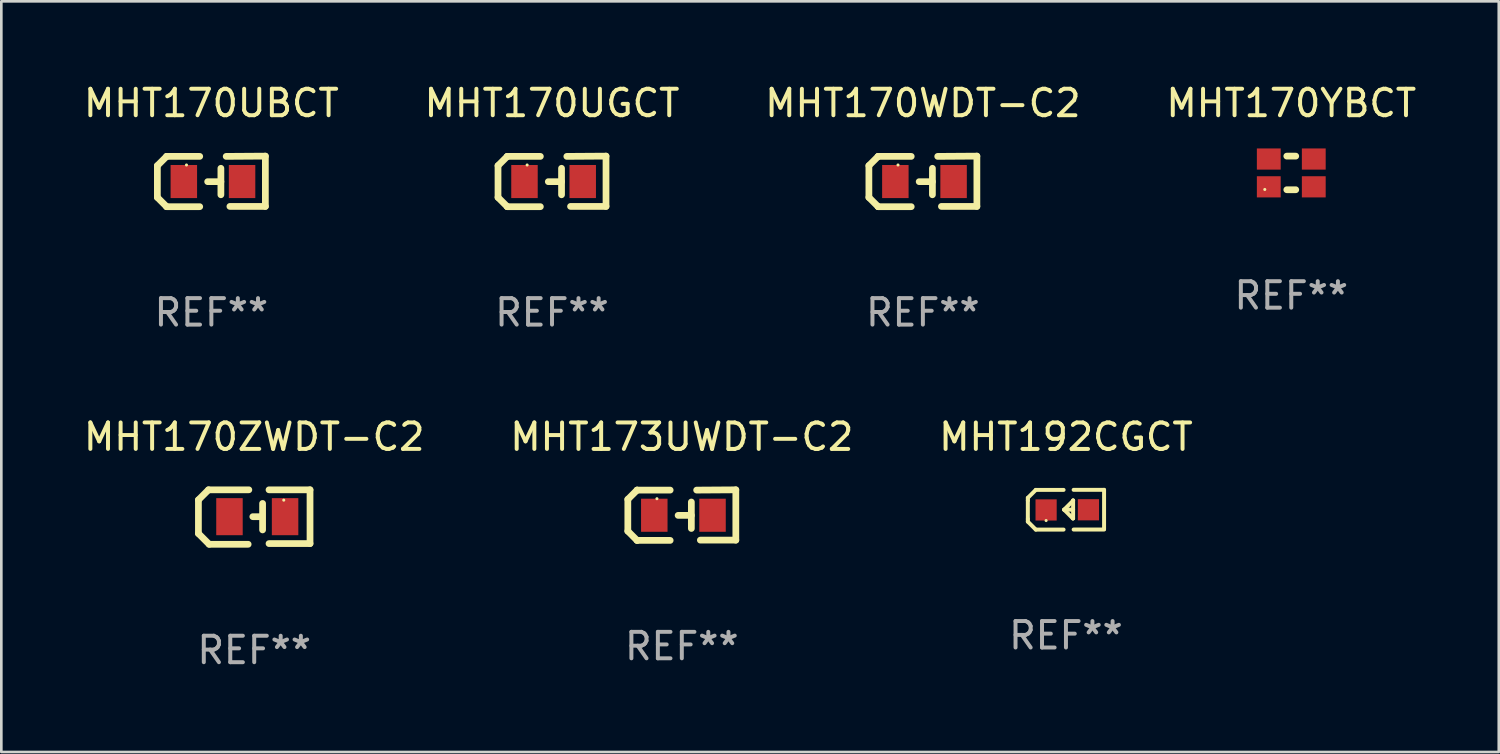
<source format=kicad_pcb>
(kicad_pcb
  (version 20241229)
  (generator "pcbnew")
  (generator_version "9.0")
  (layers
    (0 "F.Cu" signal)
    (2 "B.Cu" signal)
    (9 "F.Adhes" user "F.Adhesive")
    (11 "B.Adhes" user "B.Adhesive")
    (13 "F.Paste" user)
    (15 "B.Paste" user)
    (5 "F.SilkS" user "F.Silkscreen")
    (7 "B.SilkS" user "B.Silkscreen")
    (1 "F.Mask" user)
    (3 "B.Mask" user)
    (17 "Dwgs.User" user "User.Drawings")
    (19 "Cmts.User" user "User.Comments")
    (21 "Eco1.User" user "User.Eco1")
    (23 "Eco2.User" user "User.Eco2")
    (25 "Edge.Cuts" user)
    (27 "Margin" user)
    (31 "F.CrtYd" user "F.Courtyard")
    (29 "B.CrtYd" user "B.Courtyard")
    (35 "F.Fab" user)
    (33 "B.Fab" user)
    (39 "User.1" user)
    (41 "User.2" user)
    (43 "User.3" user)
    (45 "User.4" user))
  (footprint "MHT170UBCT"
    (layer "F.Cu")
    (at 4.935 3.803)
    (property "Reference" "MHT170UBCT" (at 0 -2.955 0) (layer "F.SilkS") (effects (font (size 1 1) (thickness 0.15))))
    (attr through_hole)
    (fp_line (start -2.04 -0.595) (end -2.04 0.605) (stroke (width 0.254) (type solid)) (layer "F.SilkS"))
    (fp_line (start -1.69 -0.945) (end -1.69 -0.945) (stroke (width 0.254) (type solid)) (layer "F.SilkS"))
    (fp_line (start -1.69 -0.945) (end -2.04 -0.595) (stroke (width 0.254) (type solid)) (layer "F.SilkS"))
    (fp_line (start -1.69 0.955) (end -2.04 0.605) (stroke (width 0.254) (type solid)) (layer "F.SilkS"))
    (fp_line (start -1.69 0.955) (end -1.69 0.955) (stroke (width 0.254) (type solid)) (layer "F.SilkS"))
    (fp_line (start -0.44 -0.945) (end -1.69 -0.945) (stroke (width 0.254) (type solid)) (layer "F.SilkS"))
    (fp_line (start -0.44 0.955) (end -1.69 0.955) (stroke (width 0.254) (type solid)) (layer "F.SilkS"))
    (fp_line (start 0.36 -0.495) (end 0.36 0.505) (stroke (width 0.254) (type solid)) (layer "F.SilkS"))
    (fp_line (start 0.36 0.01) (end -0.14 0.01) (stroke (width 0.254) (type solid)) (layer "F.SilkS"))
    (fp_line (start 0.56 -0.945) (end 2.04 -0.955) (stroke (width 0.254) (type solid)) (layer "F.SilkS"))
    (fp_line (start 0.7 0.945) (end 2.04 0.945) (stroke (width 0.254) (type solid)) (layer "F.SilkS"))
    (fp_line (start 2.04 -0.955) (end 2.04 0.945) (stroke (width 0.254) (type solid)) (layer "F.SilkS"))
    (fp_circle (center -0.94 -0.62) (end -0.91 -0.62) (stroke (width 0.06) (type solid)) (fill no) (layer "F.SilkS"))
    (fp_text user "REF**" (at 0 4.955 0) (layer "F.Fab") (effects (font (size 1 1) (thickness 0.15))))
    (pad "1" smd rect (at -1.04 0.005 180) (size 1 1.25) (layers "F.Cu" "F.Mask" "F.Paste"))
    (pad "2" smd rect (at 1.16 0.005 180) (size 1 1.25) (layers "F.Cu" "F.Mask" "F.Paste")))
  (footprint "MHT192CGCT"
    (layer "F.Cu")
    (at 37.22 16.206)
    (property "Reference" "MHT192CGCT" (at 0 -2.751 0) (layer "F.SilkS") (effects (font (size 1 1) (thickness 0.15))))
    (attr through_hole)
    (fp_line (start -1.44 -0.449) (end -1.14 -0.749) (stroke (width 0.15) (type solid)) (layer "F.SilkS"))
    (fp_line (start -1.44 -0.349) (end -1.44 -0.449) (stroke (width 0.15) (type solid)) (layer "F.SilkS"))
    (fp_line (start -1.44 -0.349) (end -1.44 0.351) (stroke (width 0.15) (type solid)) (layer "F.SilkS"))
    (fp_line (start -1.44 0.351) (end -1.44 0.451) (stroke (width 0.15) (type solid)) (layer "F.SilkS"))
    (fp_line (start -1.44 0.451) (end -1.14 0.751) (stroke (width 0.15) (type solid)) (layer "F.SilkS"))
    (fp_line (start -0.09 -0.749) (end -1.14 -0.749) (stroke (width 0.15) (type solid)) (layer "F.SilkS"))
    (fp_line (start -0.09 0.751) (end -1.14 0.751) (stroke (width 0.15) (type solid)) (layer "F.SilkS"))
    (fp_line (start 0.26 0.329) (end -0.07 -0.001) (stroke (width 0.15) (type solid)) (layer "F.SilkS"))
    (fp_line (start 0.27 -0.351) (end 0.27 -0.341) (stroke (width 0.15) (type solid)) (layer "F.SilkS"))
    (fp_line (start 0.27 -0.351) (end 0.27 0.329) (stroke (width 0.15) (type solid)) (layer "F.SilkS"))
    (fp_line (start 0.27 -0.341) (end -0.07 -0.001) (stroke (width 0.15) (type solid)) (layer "F.SilkS"))
    (fp_line (start 0.27 -0.001) (end -0.07 -0.001) (stroke (width 0.15) (type solid)) (layer "F.SilkS"))
    (fp_line (start 0.27 0.329) (end 0.26 0.329) (stroke (width 0.15) (type solid)) (layer "F.SilkS"))
    (fp_line (start 0.29 -0.751) (end 1.44 -0.751) (stroke (width 0.15) (type solid)) (layer "F.SilkS"))
    (fp_line (start 0.29 0.749) (end 1.44 0.749) (stroke (width 0.15) (type solid)) (layer "F.SilkS"))
    (fp_line (start 1.44 -0.751) (end 1.44 0.729) (stroke (width 0.15) (type solid)) (layer "F.SilkS"))
    (fp_circle (center -0.75 0.409) (end -0.72 0.409) (stroke (width 0.06) (type solid)) (fill no) (layer "F.SilkS"))
    (fp_text user "REF**" (at 0 4.751 0) (layer "F.Fab") (effects (font (size 1 1) (thickness 0.15))))
    (pad "1" smd rect (at -0.75 0.009 90) (size 0.8 0.8) (layers "F.Cu" "F.Mask" "F.Paste"))
    (pad "2" smd rect (at 0.849 0.002 90) (size 0.8 0.8) (layers "F.Cu" "F.Mask" "F.Paste")))
  (footprint "MHT173UWDT-C2"
    (layer "F.Cu")
    (at 22.708 16.41)
    (property "Reference" "MHT173UWDT-C2" (at 0 -2.955 0) (layer "F.SilkS") (effects (font (size 1 1) (thickness 0.15))))
    (attr through_hole)
    (fp_line (start -2.04 -0.595) (end -2.04 0.605) (stroke (width 0.254) (type solid)) (layer "F.SilkS"))
    (fp_line (start -1.69 -0.945) (end -1.69 -0.945) (stroke (width 0.254) (type solid)) (layer "F.SilkS"))
    (fp_line (start -1.69 -0.945) (end -2.04 -0.595) (stroke (width 0.254) (type solid)) (layer "F.SilkS"))
    (fp_line (start -1.69 0.955) (end -2.04 0.605) (stroke (width 0.254) (type solid)) (layer "F.SilkS"))
    (fp_line (start -1.69 0.955) (end -1.69 0.955) (stroke (width 0.254) (type solid)) (layer "F.SilkS"))
    (fp_line (start -0.44 -0.945) (end -1.69 -0.945) (stroke (width 0.254) (type solid)) (layer "F.SilkS"))
    (fp_line (start -0.44 0.955) (end -1.69 0.955) (stroke (width 0.254) (type solid)) (layer "F.SilkS"))
    (fp_line (start 0.36 -0.495) (end 0.36 0.505) (stroke (width 0.254) (type solid)) (layer "F.SilkS"))
    (fp_line (start 0.36 0.01) (end -0.14 0.01) (stroke (width 0.254) (type solid)) (layer "F.SilkS"))
    (fp_line (start 0.56 -0.945) (end 2.04 -0.955) (stroke (width 0.254) (type solid)) (layer "F.SilkS"))
    (fp_line (start 0.7 0.945) (end 2.04 0.945) (stroke (width 0.254) (type solid)) (layer "F.SilkS"))
    (fp_line (start 2.04 -0.955) (end 2.04 0.945) (stroke (width 0.254) (type solid)) (layer "F.SilkS"))
    (fp_circle (center -0.94 -0.62) (end -0.91 -0.62) (stroke (width 0.06) (type solid)) (fill no) (layer "F.SilkS"))
    (fp_text user "REF**" (at 0 4.955 0) (layer "F.Fab") (effects (font (size 1 1) (thickness 0.15))))
    (pad "1" smd rect (at -1.04 0.005 180) (size 1 1.25) (layers "F.Cu" "F.Mask" "F.Paste"))
    (pad "2" smd rect (at 1.16 0.005 180) (size 1 1.25) (layers "F.Cu" "F.Mask" "F.Paste")))
  (footprint "MHT170UGCT"
    (layer "F.Cu")
    (at 17.804 3.803)
    (property "Reference" "MHT170UGCT" (at 0 -2.955 0) (layer "F.SilkS") (effects (font (size 1 1) (thickness 0.15))))
    (attr through_hole)
    (fp_line (start -2.04 -0.595) (end -2.04 0.605) (stroke (width 0.254) (type solid)) (layer "F.SilkS"))
    (fp_line (start -1.69 -0.945) (end -1.69 -0.945) (stroke (width 0.254) (type solid)) (layer "F.SilkS"))
    (fp_line (start -1.69 -0.945) (end -2.04 -0.595) (stroke (width 0.254) (type solid)) (layer "F.SilkS"))
    (fp_line (start -1.69 0.955) (end -2.04 0.605) (stroke (width 0.254) (type solid)) (layer "F.SilkS"))
    (fp_line (start -1.69 0.955) (end -1.69 0.955) (stroke (width 0.254) (type solid)) (layer "F.SilkS"))
    (fp_line (start -0.44 -0.945) (end -1.69 -0.945) (stroke (width 0.254) (type solid)) (layer "F.SilkS"))
    (fp_line (start -0.44 0.955) (end -1.69 0.955) (stroke (width 0.254) (type solid)) (layer "F.SilkS"))
    (fp_line (start 0.36 -0.495) (end 0.36 0.505) (stroke (width 0.254) (type solid)) (layer "F.SilkS"))
    (fp_line (start 0.36 0.01) (end -0.14 0.01) (stroke (width 0.254) (type solid)) (layer "F.SilkS"))
    (fp_line (start 0.56 -0.945) (end 2.04 -0.955) (stroke (width 0.254) (type solid)) (layer "F.SilkS"))
    (fp_line (start 0.7 0.945) (end 2.04 0.945) (stroke (width 0.254) (type solid)) (layer "F.SilkS"))
    (fp_line (start 2.04 -0.955) (end 2.04 0.945) (stroke (width 0.254) (type solid)) (layer "F.SilkS"))
    (fp_circle (center -0.94 -0.62) (end -0.91 -0.62) (stroke (width 0.06) (type solid)) (fill no) (layer "F.SilkS"))
    (fp_text user "REF**" (at 0 4.955 0) (layer "F.Fab") (effects (font (size 1 1) (thickness 0.15))))
    (pad "1" smd rect (at -1.04 0.005 180) (size 1 1.25) (layers "F.Cu" "F.Mask" "F.Paste"))
    (pad "2" smd rect (at 1.16 0.005 180) (size 1 1.25) (layers "F.Cu" "F.Mask" "F.Paste")))
  (footprint "MHT170ZWDT-C2"
    (layer "F.Cu")
    (at 6.554 16.483)
    (property "Reference" "MHT170ZWDT-C2" (at 0 -3.029 0) (layer "F.SilkS") (effects (font (size 1 1) (thickness 0.15))))
    (attr through_hole)
    (fp_line (start -2.108 -0.648) (end -1.727 -1.029) (stroke (width 0.254) (type solid)) (layer "F.SilkS"))
    (fp_line (start -2.108 0.622) (end -2.108 -0.648) (stroke (width 0.254) (type solid)) (layer "F.SilkS"))
    (fp_line (start -1.727 -1.029) (end -0.203 -1.029) (stroke (width 0.254) (type solid)) (layer "F.SilkS"))
    (fp_line (start -1.702 1.029) (end -2.108 0.622) (stroke (width 0.254) (type solid)) (layer "F.SilkS"))
    (fp_line (start -0.229 1.029) (end -1.702 1.029) (stroke (width 0.254) (type solid)) (layer "F.SilkS"))
    (fp_line (start 0.216 -0.014) (end -0.053 -0.014) (stroke (width 0.254) (type solid)) (layer "F.SilkS"))
    (fp_line (start 0.316 -0.514) (end 0.316 0.486) (stroke (width 0.254) (type solid)) (layer "F.SilkS"))
    (fp_line (start 0.559 1.003) (end 2.108 1.003) (stroke (width 0.254) (type solid)) (layer "F.SilkS"))
    (fp_line (start 2.108 -1.029) (end 0.559 -1.029) (stroke (width 0.254) (type solid)) (layer "F.SilkS"))
    (fp_line (start 2.108 1.003) (end 2.108 -1.029) (stroke (width 0.254) (type solid)) (layer "F.SilkS"))
    (fp_circle (center 1.116 -0.639) (end 1.146 -0.639) (stroke (width 0.06) (type solid)) (fill no) (layer "F.SilkS"))
    (fp_text user "REF**" (at 0 5.029 0) (layer "F.Fab") (effects (font (size 1 1) (thickness 0.15))))
    (pad "1" smd rect (at 1.166 -0.014 180) (size 1 1.4) (layers "F.Cu" "F.Mask" "F.Paste"))
    (pad "2" smd rect (at -0.935 -0.014 180) (size 1 1.4) (layers "F.Cu" "F.Mask" "F.Paste")))
  (footprint "MHT170WDT-C2"
    (layer "F.Cu")
    (at 31.815 3.803)
    (property "Reference" "MHT170WDT-C2" (at 0 -2.955 0) (layer "F.SilkS") (effects (font (size 1 1) (thickness 0.15))))
    (attr through_hole)
    (fp_line (start -2.04 -0.595) (end -2.04 0.605) (stroke (width 0.254) (type solid)) (layer "F.SilkS"))
    (fp_line (start -1.69 -0.945) (end -1.69 -0.945) (stroke (width 0.254) (type solid)) (layer "F.SilkS"))
    (fp_line (start -1.69 -0.945) (end -2.04 -0.595) (stroke (width 0.254) (type solid)) (layer "F.SilkS"))
    (fp_line (start -1.69 0.955) (end -2.04 0.605) (stroke (width 0.254) (type solid)) (layer "F.SilkS"))
    (fp_line (start -1.69 0.955) (end -1.69 0.955) (stroke (width 0.254) (type solid)) (layer "F.SilkS"))
    (fp_line (start -0.44 -0.945) (end -1.69 -0.945) (stroke (width 0.254) (type solid)) (layer "F.SilkS"))
    (fp_line (start -0.44 0.955) (end -1.69 0.955) (stroke (width 0.254) (type solid)) (layer "F.SilkS"))
    (fp_line (start 0.36 -0.495) (end 0.36 0.505) (stroke (width 0.254) (type solid)) (layer "F.SilkS"))
    (fp_line (start 0.36 0.01) (end -0.14 0.01) (stroke (width 0.254) (type solid)) (layer "F.SilkS"))
    (fp_line (start 0.56 -0.945) (end 2.04 -0.955) (stroke (width 0.254) (type solid)) (layer "F.SilkS"))
    (fp_line (start 0.7 0.945) (end 2.04 0.945) (stroke (width 0.254) (type solid)) (layer "F.SilkS"))
    (fp_line (start 2.04 -0.955) (end 2.04 0.945) (stroke (width 0.254) (type solid)) (layer "F.SilkS"))
    (fp_circle (center -0.94 -0.62) (end -0.91 -0.62) (stroke (width 0.06) (type solid)) (fill no) (layer "F.SilkS"))
    (fp_text user "REF**" (at 0 4.955 0) (layer "F.Fab") (effects (font (size 1 1) (thickness 0.15))))
    (pad "1" smd rect (at -1.04 0.005 180) (size 1 1.25) (layers "F.Cu" "F.Mask" "F.Paste"))
    (pad "2" smd rect (at 1.16 0.005 180) (size 1 1.25) (layers "F.Cu" "F.Mask" "F.Paste")))
  (footprint "MHT170YBCT"
    (layer "F.Cu")
    (at 45.732 3.483)
    (property "Reference" "MHT170YBCT" (at 0 -2.635 0) (layer "F.SilkS") (effects (font (size 1 1) (thickness 0.15))))
    (attr through_hole)
    (fp_line (start -0.169 -0.635) (end 0.169 -0.635) (stroke (width 0.254) (type solid)) (layer "F.SilkS"))
    (fp_line (start -0.169 0.635) (end 0.169 0.635) (stroke (width 0.254) (type solid)) (layer "F.SilkS"))
    (fp_circle (center -1 0.625) (end -0.97 0.625) (stroke (width 0.06) (type solid)) (fill no) (layer "F.SilkS"))
    (fp_text user "REF**" (at 0 4.635 0) (layer "F.Fab") (effects (font (size 1 1) (thickness 0.15))))
    (pad "1" smd rect (at -0.85 0.525) (size 0.9 0.8) (layers "F.Cu" "F.Mask" "F.Paste"))
    (pad "2" smd rect (at -0.85 -0.525) (size 0.9 0.8) (layers "F.Cu" "F.Mask" "F.Paste"))
    (pad "3" smd rect (at 0.85 -0.525) (size 0.9 0.8) (layers "F.Cu" "F.Mask" "F.Paste"))
    (pad "4" smd rect (at 0.85 0.525) (size 0.9 0.8) (layers "F.Cu" "F.Mask" "F.Paste")))
  (gr_rect
    (start -3 -3)
    (end 53.571 25.36)
    (stroke (width 0.1) (type default))
    (fill no)
    (layer "Edge.Cuts")))
</source>
